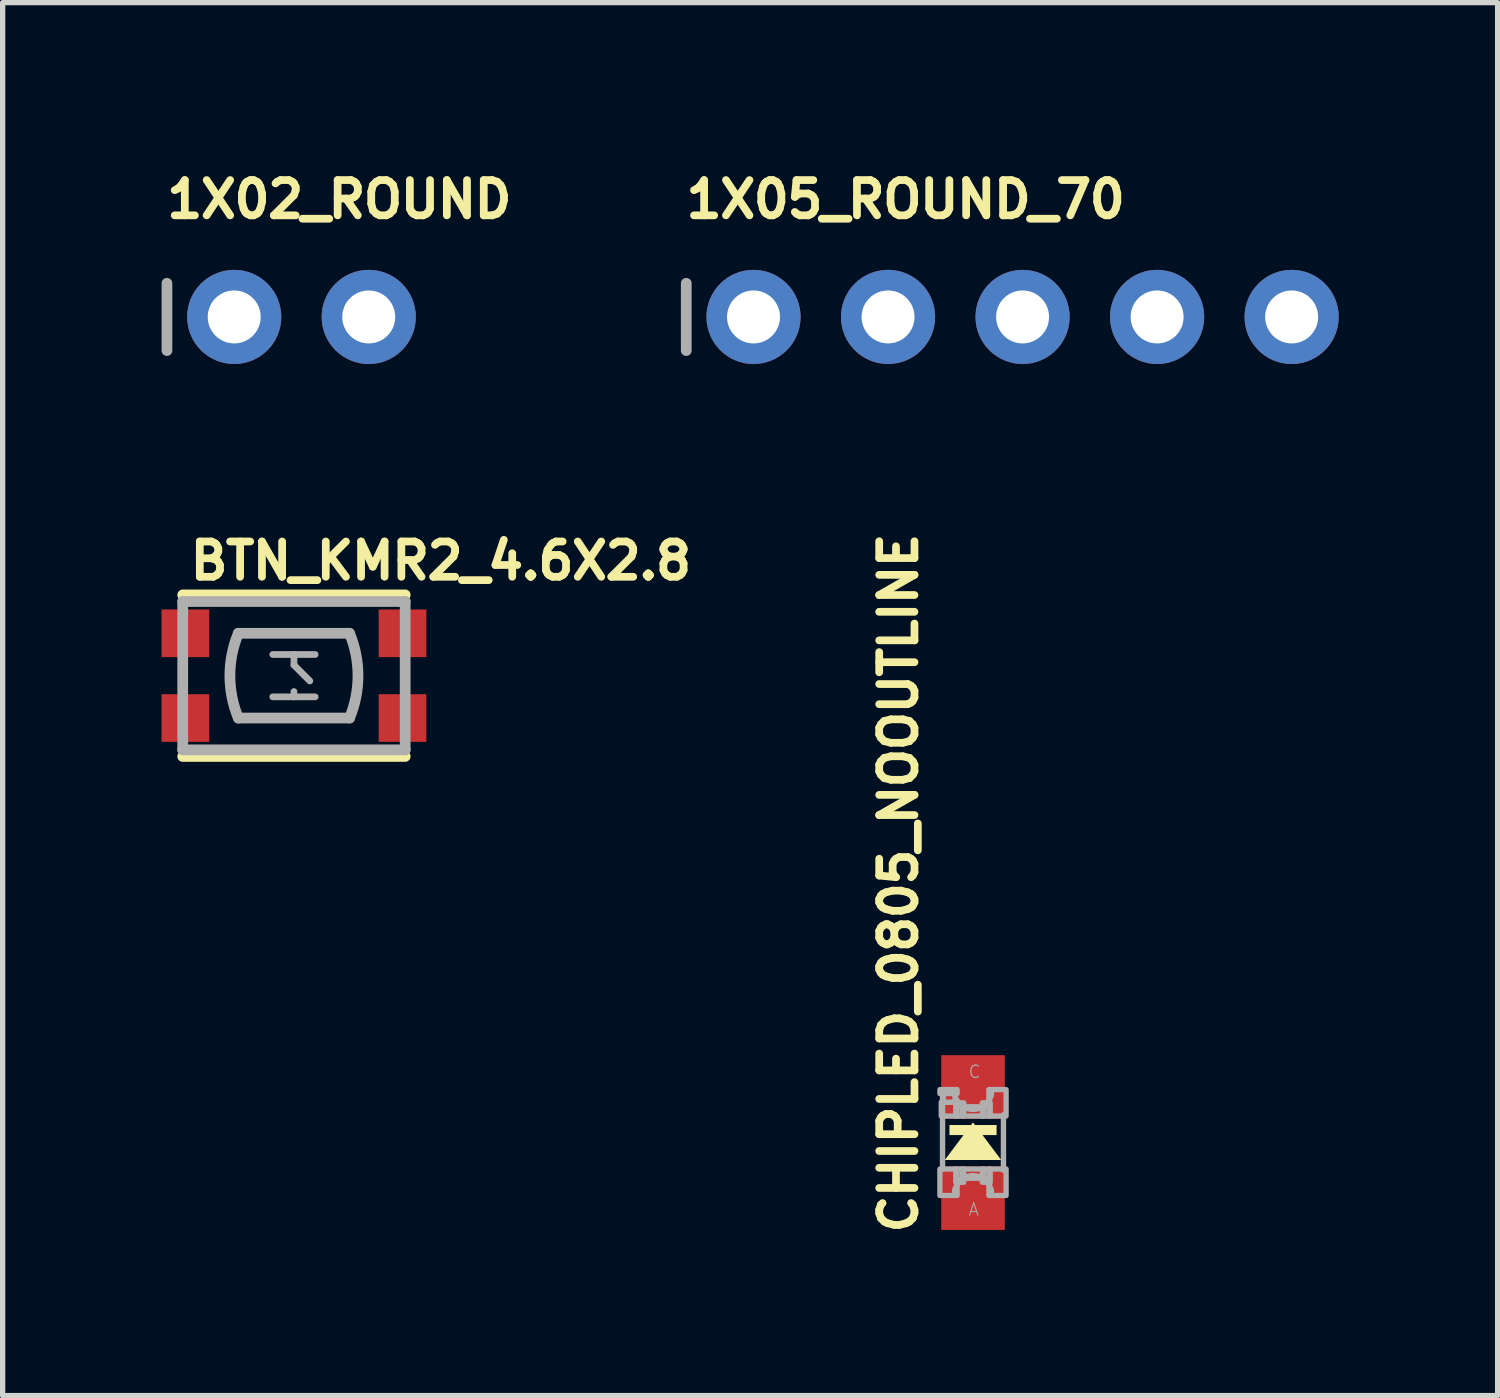
<source format=kicad_pcb>
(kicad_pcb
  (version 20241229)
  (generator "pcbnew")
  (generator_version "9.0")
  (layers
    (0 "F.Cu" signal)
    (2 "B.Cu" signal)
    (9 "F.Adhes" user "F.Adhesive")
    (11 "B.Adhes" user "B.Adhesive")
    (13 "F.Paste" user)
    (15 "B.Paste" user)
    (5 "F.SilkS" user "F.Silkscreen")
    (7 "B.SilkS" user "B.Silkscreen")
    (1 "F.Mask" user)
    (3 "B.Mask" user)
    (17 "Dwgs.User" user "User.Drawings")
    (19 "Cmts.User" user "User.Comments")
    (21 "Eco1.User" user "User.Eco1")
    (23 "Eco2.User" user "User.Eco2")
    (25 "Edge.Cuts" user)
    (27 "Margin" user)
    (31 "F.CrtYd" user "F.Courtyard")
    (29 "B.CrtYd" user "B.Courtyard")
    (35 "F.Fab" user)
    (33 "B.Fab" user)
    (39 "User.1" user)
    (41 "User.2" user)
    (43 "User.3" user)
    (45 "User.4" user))
  (footprint "1X02_ROUND"
    (layer "F.Cu")
    (at 2.642 2.934)
    (property "Reference" "1X02_ROUND" (at -2.616 -1.829 0) (unlocked yes) (layer "F.SilkS") (effects (font (size 0.666 0.666) (thickness 0.146)) (justify left bottom)))
    (fp_line (start -2.54 -0.635) (end -2.54 0.635) (stroke (width 0.203) (type solid)) (layer "F.Fab"))
    (fp_poly (pts (xy -1.524 0.254) (xy -1.016 0.254) (xy -1.016 -0.254) (xy -1.524 -0.254)) (stroke (width 0.1) (type default)) (fill no) (layer "F.Fab"))
    (fp_poly (pts (xy 1.016 0.254) (xy 1.524 0.254) (xy 1.524 -0.254) (xy 1.016 -0.254)) (stroke (width 0.1) (type default)) (fill no) (layer "F.Fab"))
    (pad "1" thru_hole circle (at -1.27 0 90) (size 1.778 1.778) (drill 1) (layers "*.Cu" "*.Mask"))
    (pad "2" thru_hole circle (at 1.27 0 90) (size 1.778 1.778) (drill 1) (layers "*.Cu" "*.Mask")))
  (footprint "1X05_ROUND_70"
    (layer "F.Cu")
    (at 16.257 2.934)
    (property "Reference" "1X05_ROUND_70" (at -6.426 -1.829 0) (unlocked yes) (layer "F.SilkS") (effects (font (size 0.666 0.666) (thickness 0.146)) (justify left bottom)))
    (fp_line (start -6.35 -0.635) (end -6.35 0.635) (stroke (width 0.203) (type solid)) (layer "F.Fab"))
    (fp_poly (pts (xy -5.334 0.254) (xy -4.826 0.254) (xy -4.826 -0.254) (xy -5.334 -0.254)) (stroke (width 0.1) (type default)) (fill no) (layer "F.Fab"))
    (fp_poly (pts (xy -2.794 0.254) (xy -2.286 0.254) (xy -2.286 -0.254) (xy -2.794 -0.254)) (stroke (width 0.1) (type default)) (fill no) (layer "F.Fab"))
    (fp_poly (pts (xy -0.254 0.254) (xy 0.254 0.254) (xy 0.254 -0.254) (xy -0.254 -0.254)) (stroke (width 0.1) (type default)) (fill no) (layer "F.Fab"))
    (fp_poly (pts (xy 2.286 0.254) (xy 2.794 0.254) (xy 2.794 -0.254) (xy 2.286 -0.254)) (stroke (width 0.1) (type default)) (fill no) (layer "F.Fab"))
    (fp_poly (pts (xy 4.826 0.254) (xy 5.334 0.254) (xy 5.334 -0.254) (xy 4.826 -0.254)) (stroke (width 0.1) (type default)) (fill no) (layer "F.Fab"))
    (pad "1" thru_hole circle (at -5.08 0 90) (size 1.778 1.778) (drill 1) (layers "*.Cu" "*.Mask"))
    (pad "2" thru_hole circle (at -2.54 0 90) (size 1.778 1.778) (drill 1) (layers "*.Cu" "*.Mask"))
    (pad "3" thru_hole circle (at 0 0 90) (size 1.778 1.778) (drill 1) (layers "*.Cu" "*.Mask"))
    (pad "4" thru_hole circle (at 2.54 0 90) (size 1.778 1.778) (drill 1) (layers "*.Cu" "*.Mask"))
    (pad "5" thru_hole circle (at 5.08 0 90) (size 1.778 1.778) (drill 1) (layers "*.Cu" "*.Mask")))
  (footprint "BTN_KMR2_4.6X2.8"
    (layer "F.Cu")
    (at 2.5 9.707)
    (property "Reference" "BTN_KMR2_4.6X2.8" (at -2.032 -1.778 0) (unlocked yes) (layer "F.SilkS") (effects (font (size 0.666 0.666) (thickness 0.146)) (justify left bottom)))
    (fp_line (start -2.1 -1.525) (end 2.1 -1.525) (stroke (width 0.203) (type solid)) (layer "F.SilkS"))
    (fp_line (start 2.1 1.525) (end -2.1 1.525) (stroke (width 0.203) (type solid)) (layer "F.SilkS"))
    (fp_line (start -2.1 -1.4) (end 2.1 -1.4) (stroke (width 0.203) (type solid)) (layer "F.Fab"))
    (fp_line (start -2.1 1.4) (end -2.1 -1.4) (stroke (width 0.203) (type solid)) (layer "F.Fab"))
    (fp_line (start -1.05 -0.8) (end 1.05 -0.8) (stroke (width 0.203) (type solid)) (layer "F.Fab"))
    (fp_line (start -0.4 -0.4) (end 0 -0.4) (stroke (width 0.127) (type solid)) (layer "F.Fab"))
    (fp_line (start -0.4 0.4) (end 0 0.4) (stroke (width 0.127) (type solid)) (layer "F.Fab"))
    (fp_line (start 0 -0.4) (end 0 -0.2) (stroke (width 0.127) (type solid)) (layer "F.Fab"))
    (fp_line (start 0 -0.4) (end 0.4 -0.4) (stroke (width 0.127) (type solid)) (layer "F.Fab"))
    (fp_line (start 0 -0.2) (end 0.3 0.1) (stroke (width 0.127) (type solid)) (layer "F.Fab"))
    (fp_line (start 0 0.4) (end 0 0.3) (stroke (width 0.127) (type solid)) (layer "F.Fab"))
    (fp_line (start 0 0.4) (end 0.4 0.4) (stroke (width 0.127) (type solid)) (layer "F.Fab"))
    (fp_line (start 1.05 0.8) (end -1.05 0.8) (stroke (width 0.203) (type solid)) (layer "F.Fab"))
    (fp_line (start 2.1 -1.4) (end 2.1 1.4) (stroke (width 0.203) (type solid)) (layer "F.Fab"))
    (fp_line (start 2.1 1.4) (end -2.1 1.4) (stroke (width 0.203) (type solid)) (layer "F.Fab"))
    (fp_arc (start -1.05 0.8) (mid -1.209128 0) (end -1.05 -0.799999) (stroke (width 0.2032) (type solid)) (layer "F.Fab"))
    (fp_arc (start 1.05 -0.8) (mid 1.209128 0) (end 1.05 0.799999) (stroke (width 0.2032) (type solid)) (layer "F.Fab"))
    (pad "A" smd rect (at 2.05 -0.8) (size 0.9 0.9) (layers "F.Cu" "F.Mask" "F.Paste"))
    (pad "A'" smd rect (at -2.05 -0.8) (size 0.9 0.9) (layers "F.Cu" "F.Mask" "F.Paste"))
    (pad "B" smd rect (at 2.05 0.8) (size 0.9 0.9) (layers "F.Cu" "F.Mask" "F.Paste"))
    (pad "B'" smd rect (at -2.05 0.8) (size 0.9 0.9) (layers "F.Cu" "F.Mask" "F.Paste")))
  (footprint "CHIPLED_0805_NOOUTLINE"
    (layer "F.Cu")
    (at 15.321 18.522)
    (property "Reference" "CHIPLED_0805_NOOUTLINE" (at -1.016 1.778 90) (unlocked yes) (layer "F.SilkS") (effects (font (size 0.666 0.666) (thickness 0.146)) (justify left bottom)))
    (fp_poly (pts (xy 0.533 0.33) (xy -0.533 0.33) (xy 0 -0.381)) (stroke (width 0) (type default)) (fill yes) (layer "F.SilkS"))
    (fp_poly (pts (xy -0.445 -0.141) (xy 0.445 -0.141) (xy 0.445 -0.331) (xy -0.445 -0.331)) (stroke (width 0) (type default)) (fill yes) (layer "F.SilkS"))
    (fp_line (start -0.575 0.5) (end -0.575 -0.925) (stroke (width 0.102) (type solid)) (layer "F.Fab"))
    (fp_line (start 0.575 -0.525) (end 0.575 0.525) (stroke (width 0.102) (type solid)) (layer "F.Fab"))
    (fp_arc (start -0.35 0.925) (mid -0.000001 0.625027) (end 0.35 0.924998) (stroke (width 0.1016) (type solid)) (layer "F.Fab"))
    (fp_arc (start 0.35 -0.924998) (mid -0.000001 -0.625027) (end -0.35 -0.925) (stroke (width 0.1016) (type solid)) (layer "F.Fab"))
    (fp_circle (center -0.45 -0.85) (end -0.347 -0.85) (stroke (width 0.076) (type solid)) (fill no) (layer "F.Fab"))
    (fp_poly (pts (xy -0.625 -0.925) (xy -0.3 -0.925) (xy -0.3 -1) (xy -0.625 -1)) (stroke (width 0.1) (type default)) (fill no) (layer "F.Fab"))
    (fp_poly (pts (xy -0.625 1) (xy -0.3 1) (xy -0.3 0.5) (xy -0.625 0.5)) (stroke (width 0.1) (type default)) (fill no) (layer "F.Fab"))
    (fp_poly (pts (xy -0.6 -0.5) (xy -0.3 -0.5) (xy -0.3 -0.762) (xy -0.6 -0.762)) (stroke (width 0.1) (type default)) (fill no) (layer "F.Fab"))
    (fp_poly (pts (xy -0.325 -0.5) (xy -0.175 -0.5) (xy -0.175 -0.75) (xy -0.325 -0.75)) (stroke (width 0.1) (type default)) (fill no) (layer "F.Fab"))
    (fp_poly (pts (xy -0.325 0.75) (xy -0.175 0.75) (xy -0.175 0.5) (xy -0.325 0.5)) (stroke (width 0.1) (type default)) (fill no) (layer "F.Fab"))
    (fp_poly (pts (xy -0.2 -0.5) (xy 0.2 -0.5) (xy 0.2 -0.675) (xy -0.2 -0.675)) (stroke (width 0.1) (type default)) (fill no) (layer "F.Fab"))
    (fp_poly (pts (xy -0.2 0.675) (xy 0.2 0.675) (xy 0.2 0.5) (xy -0.2 0.5)) (stroke (width 0.1) (type default)) (fill no) (layer "F.Fab"))
    (fp_poly (pts (xy 0.175 -0.5) (xy 0.325 -0.5) (xy 0.325 -0.75) (xy 0.175 -0.75)) (stroke (width 0.1) (type default)) (fill no) (layer "F.Fab"))
    (fp_poly (pts (xy 0.175 0.75) (xy 0.325 0.75) (xy 0.325 0.5) (xy 0.175 0.5)) (stroke (width 0.1) (type default)) (fill no) (layer "F.Fab"))
    (fp_poly (pts (xy 0.3 -0.5) (xy 0.625 -0.5) (xy 0.625 -1) (xy 0.3 -1)) (stroke (width 0.1) (type default)) (fill no) (layer "F.Fab"))
    (fp_poly (pts (xy 0.3 1) (xy 0.625 1) (xy 0.625 0.5) (xy 0.3 0.5)) (stroke (width 0.1) (type default)) (fill no) (layer "F.Fab"))
    (fp_text user "C" (at -0.1 -1.2 0) (unlocked yes) (layer "F.Fab") (effects (font (size 0.234 0.234) (thickness 0.02)) (justify left bottom)))
    (fp_text user "A" (at -0.1 1.4 0) (unlocked yes) (layer "F.Fab") (effects (font (size 0.234 0.234) (thickness 0.02)) (justify left bottom)))
    (pad "A" smd rect (at 0 1.05) (size 1.2 1.2) (layers "F.Cu" "F.Mask" "F.Paste"))
    (pad "C" smd rect (at 0 -1.05) (size 1.2 1.2) (layers "F.Cu" "F.Mask" "F.Paste")))
  (gr_rect
    (start -3 -3)
    (end 25.226 23.3)
    (stroke (width 0.1) (type default))
    (fill no)
    (layer "Edge.Cuts")))
</source>
